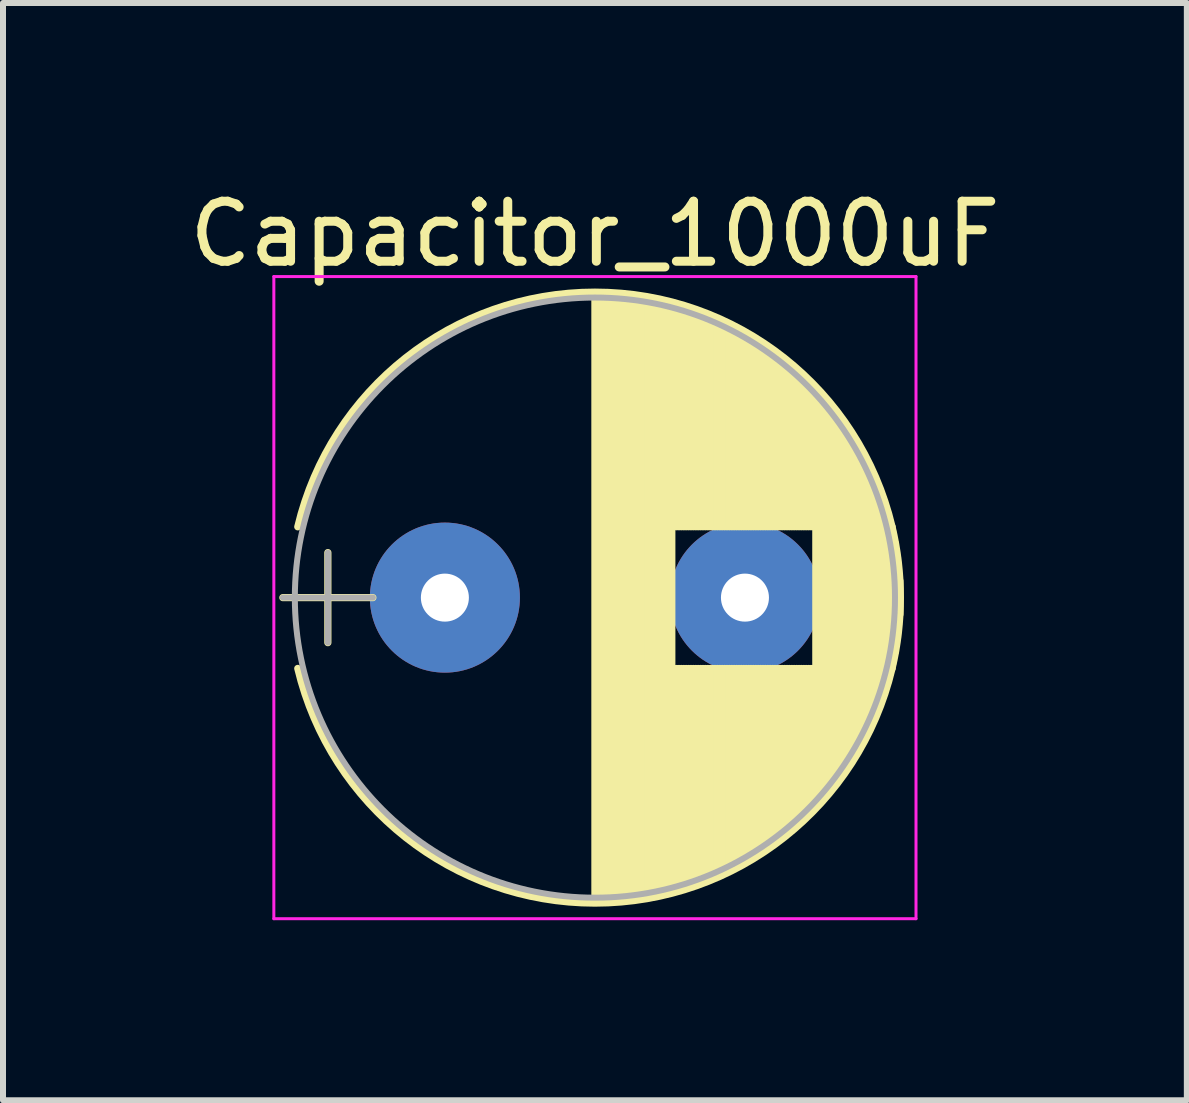
<source format=kicad_pcb>
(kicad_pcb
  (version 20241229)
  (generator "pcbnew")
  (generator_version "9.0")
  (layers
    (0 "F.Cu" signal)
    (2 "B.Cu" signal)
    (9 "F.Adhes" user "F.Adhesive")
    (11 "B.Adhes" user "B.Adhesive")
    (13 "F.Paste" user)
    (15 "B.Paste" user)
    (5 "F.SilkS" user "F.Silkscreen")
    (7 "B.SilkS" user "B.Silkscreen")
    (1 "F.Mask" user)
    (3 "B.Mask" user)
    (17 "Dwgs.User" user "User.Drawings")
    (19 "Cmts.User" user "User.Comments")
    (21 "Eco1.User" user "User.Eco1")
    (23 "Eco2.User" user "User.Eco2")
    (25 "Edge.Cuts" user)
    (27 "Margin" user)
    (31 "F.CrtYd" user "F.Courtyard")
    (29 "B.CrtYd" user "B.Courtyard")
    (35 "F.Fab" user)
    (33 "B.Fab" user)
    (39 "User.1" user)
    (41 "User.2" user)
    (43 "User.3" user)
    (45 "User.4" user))
  (footprint "Capacitor_1000uF"
    (layer "F.Cu")
    (at 4.363 6.908)
    (property "Reference" "Capacitor_1000uF" (at 2.5 -6.06 0) (layer "F.SilkS") (effects (font (size 1 1) (thickness 0.15))))
    (attr through_hole)
    (fp_line (start -2.7 0) (end -1.2 0) (stroke (width 0.12) (type solid)) (layer "F.SilkS"))
    (fp_line (start -1.95 -0.75) (end -1.95 0.75) (stroke (width 0.12) (type solid)) (layer "F.SilkS"))
    (fp_line (start 2.5 -5.05) (end 2.5 5.05) (stroke (width 0.12) (type solid)) (layer "F.SilkS"))
    (fp_line (start 2.54 -5.05) (end 2.54 5.05) (stroke (width 0.12) (type solid)) (layer "F.SilkS"))
    (fp_line (start 2.58 -5.05) (end 2.58 5.05) (stroke (width 0.12) (type solid)) (layer "F.SilkS"))
    (fp_line (start 2.62 -5.049) (end 2.62 5.049) (stroke (width 0.12) (type solid)) (layer "F.SilkS"))
    (fp_line (start 2.66 -5.048) (end 2.66 5.048) (stroke (width 0.12) (type solid)) (layer "F.SilkS"))
    (fp_line (start 2.7 -5.047) (end 2.7 5.047) (stroke (width 0.12) (type solid)) (layer "F.SilkS"))
    (fp_line (start 2.74 -5.045) (end 2.74 5.045) (stroke (width 0.12) (type solid)) (layer "F.SilkS"))
    (fp_line (start 2.78 -5.043) (end 2.78 5.043) (stroke (width 0.12) (type solid)) (layer "F.SilkS"))
    (fp_line (start 2.82 -5.04) (end 2.82 5.04) (stroke (width 0.12) (type solid)) (layer "F.SilkS"))
    (fp_line (start 2.86 -5.038) (end 2.86 5.038) (stroke (width 0.12) (type solid)) (layer "F.SilkS"))
    (fp_line (start 2.9 -5.035) (end 2.9 5.035) (stroke (width 0.12) (type solid)) (layer "F.SilkS"))
    (fp_line (start 2.94 -5.031) (end 2.94 5.031) (stroke (width 0.12) (type solid)) (layer "F.SilkS"))
    (fp_line (start 2.98 -5.028) (end 2.98 5.028) (stroke (width 0.12) (type solid)) (layer "F.SilkS"))
    (fp_line (start 3.02 -5.024) (end 3.02 5.024) (stroke (width 0.12) (type solid)) (layer "F.SilkS"))
    (fp_line (start 3.06 -5.02) (end 3.06 5.02) (stroke (width 0.12) (type solid)) (layer "F.SilkS"))
    (fp_line (start 3.1 -5.015) (end 3.1 5.015) (stroke (width 0.12) (type solid)) (layer "F.SilkS"))
    (fp_line (start 3.14 -5.01) (end 3.14 5.01) (stroke (width 0.12) (type solid)) (layer "F.SilkS"))
    (fp_line (start 3.18 -5.005) (end 3.18 5.005) (stroke (width 0.12) (type solid)) (layer "F.SilkS"))
    (fp_line (start 3.221 -4.999) (end 3.221 4.999) (stroke (width 0.12) (type solid)) (layer "F.SilkS"))
    (fp_line (start 3.261 -4.993) (end 3.261 4.993) (stroke (width 0.12) (type solid)) (layer "F.SilkS"))
    (fp_line (start 3.301 -4.987) (end 3.301 4.987) (stroke (width 0.12) (type solid)) (layer "F.SilkS"))
    (fp_line (start 3.341 -4.981) (end 3.341 4.981) (stroke (width 0.12) (type solid)) (layer "F.SilkS"))
    (fp_line (start 3.381 -4.974) (end 3.381 4.974) (stroke (width 0.12) (type solid)) (layer "F.SilkS"))
    (fp_line (start 3.421 -4.967) (end 3.421 4.967) (stroke (width 0.12) (type solid)) (layer "F.SilkS"))
    (fp_line (start 3.461 -4.959) (end 3.461 4.959) (stroke (width 0.12) (type solid)) (layer "F.SilkS"))
    (fp_line (start 3.501 -4.951) (end 3.501 4.951) (stroke (width 0.12) (type solid)) (layer "F.SilkS"))
    (fp_line (start 3.541 -4.943) (end 3.541 4.943) (stroke (width 0.12) (type solid)) (layer "F.SilkS"))
    (fp_line (start 3.581 -4.935) (end 3.581 4.935) (stroke (width 0.12) (type solid)) (layer "F.SilkS"))
    (fp_line (start 3.621 -4.926) (end 3.621 4.926) (stroke (width 0.12) (type solid)) (layer "F.SilkS"))
    (fp_line (start 3.661 -4.917) (end 3.661 4.917) (stroke (width 0.12) (type solid)) (layer "F.SilkS"))
    (fp_line (start 3.701 -4.907) (end 3.701 4.907) (stroke (width 0.12) (type solid)) (layer "F.SilkS"))
    (fp_line (start 3.741 -4.897) (end 3.741 4.897) (stroke (width 0.12) (type solid)) (layer "F.SilkS"))
    (fp_line (start 3.781 -4.887) (end 3.781 4.887) (stroke (width 0.12) (type solid)) (layer "F.SilkS"))
    (fp_line (start 3.821 -4.876) (end 3.821 -1.181) (stroke (width 0.12) (type solid)) (layer "F.SilkS"))
    (fp_line (start 3.821 1.181) (end 3.821 4.876) (stroke (width 0.12) (type solid)) (layer "F.SilkS"))
    (fp_line (start 3.861 -4.865) (end 3.861 -1.181) (stroke (width 0.12) (type solid)) (layer "F.SilkS"))
    (fp_line (start 3.861 1.181) (end 3.861 4.865) (stroke (width 0.12) (type solid)) (layer "F.SilkS"))
    (fp_line (start 3.901 -4.854) (end 3.901 -1.181) (stroke (width 0.12) (type solid)) (layer "F.SilkS"))
    (fp_line (start 3.901 1.181) (end 3.901 4.854) (stroke (width 0.12) (type solid)) (layer "F.SilkS"))
    (fp_line (start 3.941 -4.843) (end 3.941 -1.181) (stroke (width 0.12) (type solid)) (layer "F.SilkS"))
    (fp_line (start 3.941 1.181) (end 3.941 4.843) (stroke (width 0.12) (type solid)) (layer "F.SilkS"))
    (fp_line (start 3.981 -4.831) (end 3.981 -1.181) (stroke (width 0.12) (type solid)) (layer "F.SilkS"))
    (fp_line (start 3.981 1.181) (end 3.981 4.831) (stroke (width 0.12) (type solid)) (layer "F.SilkS"))
    (fp_line (start 4.021 -4.818) (end 4.021 -1.181) (stroke (width 0.12) (type solid)) (layer "F.SilkS"))
    (fp_line (start 4.021 1.181) (end 4.021 4.818) (stroke (width 0.12) (type solid)) (layer "F.SilkS"))
    (fp_line (start 4.061 -4.806) (end 4.061 -1.181) (stroke (width 0.12) (type solid)) (layer "F.SilkS"))
    (fp_line (start 4.061 1.181) (end 4.061 4.806) (stroke (width 0.12) (type solid)) (layer "F.SilkS"))
    (fp_line (start 4.101 -4.792) (end 4.101 -1.181) (stroke (width 0.12) (type solid)) (layer "F.SilkS"))
    (fp_line (start 4.101 1.181) (end 4.101 4.792) (stroke (width 0.12) (type solid)) (layer "F.SilkS"))
    (fp_line (start 4.141 -4.779) (end 4.141 -1.181) (stroke (width 0.12) (type solid)) (layer "F.SilkS"))
    (fp_line (start 4.141 1.181) (end 4.141 4.779) (stroke (width 0.12) (type solid)) (layer "F.SilkS"))
    (fp_line (start 4.181 -4.765) (end 4.181 -1.181) (stroke (width 0.12) (type solid)) (layer "F.SilkS"))
    (fp_line (start 4.181 1.181) (end 4.181 4.765) (stroke (width 0.12) (type solid)) (layer "F.SilkS"))
    (fp_line (start 4.221 -4.751) (end 4.221 -1.181) (stroke (width 0.12) (type solid)) (layer "F.SilkS"))
    (fp_line (start 4.221 1.181) (end 4.221 4.751) (stroke (width 0.12) (type solid)) (layer "F.SilkS"))
    (fp_line (start 4.261 -4.737) (end 4.261 -1.181) (stroke (width 0.12) (type solid)) (layer "F.SilkS"))
    (fp_line (start 4.261 1.181) (end 4.261 4.737) (stroke (width 0.12) (type solid)) (layer "F.SilkS"))
    (fp_line (start 4.301 -4.722) (end 4.301 -1.181) (stroke (width 0.12) (type solid)) (layer "F.SilkS"))
    (fp_line (start 4.301 1.181) (end 4.301 4.722) (stroke (width 0.12) (type solid)) (layer "F.SilkS"))
    (fp_line (start 4.341 -4.706) (end 4.341 -1.181) (stroke (width 0.12) (type solid)) (layer "F.SilkS"))
    (fp_line (start 4.341 1.181) (end 4.341 4.706) (stroke (width 0.12) (type solid)) (layer "F.SilkS"))
    (fp_line (start 4.381 -4.691) (end 4.381 -1.181) (stroke (width 0.12) (type solid)) (layer "F.SilkS"))
    (fp_line (start 4.381 1.181) (end 4.381 4.691) (stroke (width 0.12) (type solid)) (layer "F.SilkS"))
    (fp_line (start 4.421 -4.674) (end 4.421 -1.181) (stroke (width 0.12) (type solid)) (layer "F.SilkS"))
    (fp_line (start 4.421 1.181) (end 4.421 4.674) (stroke (width 0.12) (type solid)) (layer "F.SilkS"))
    (fp_line (start 4.461 -4.658) (end 4.461 -1.181) (stroke (width 0.12) (type solid)) (layer "F.SilkS"))
    (fp_line (start 4.461 1.181) (end 4.461 4.658) (stroke (width 0.12) (type solid)) (layer "F.SilkS"))
    (fp_line (start 4.501 -4.641) (end 4.501 -1.181) (stroke (width 0.12) (type solid)) (layer "F.SilkS"))
    (fp_line (start 4.501 1.181) (end 4.501 4.641) (stroke (width 0.12) (type solid)) (layer "F.SilkS"))
    (fp_line (start 4.541 -4.624) (end 4.541 -1.181) (stroke (width 0.12) (type solid)) (layer "F.SilkS"))
    (fp_line (start 4.541 1.181) (end 4.541 4.624) (stroke (width 0.12) (type solid)) (layer "F.SilkS"))
    (fp_line (start 4.581 -4.606) (end 4.581 -1.181) (stroke (width 0.12) (type solid)) (layer "F.SilkS"))
    (fp_line (start 4.581 1.181) (end 4.581 4.606) (stroke (width 0.12) (type solid)) (layer "F.SilkS"))
    (fp_line (start 4.621 -4.588) (end 4.621 -1.181) (stroke (width 0.12) (type solid)) (layer "F.SilkS"))
    (fp_line (start 4.621 1.181) (end 4.621 4.588) (stroke (width 0.12) (type solid)) (layer "F.SilkS"))
    (fp_line (start 4.661 -4.569) (end 4.661 -1.181) (stroke (width 0.12) (type solid)) (layer "F.SilkS"))
    (fp_line (start 4.661 1.181) (end 4.661 4.569) (stroke (width 0.12) (type solid)) (layer "F.SilkS"))
    (fp_line (start 4.701 -4.55) (end 4.701 -1.181) (stroke (width 0.12) (type solid)) (layer "F.SilkS"))
    (fp_line (start 4.701 1.181) (end 4.701 4.55) (stroke (width 0.12) (type solid)) (layer "F.SilkS"))
    (fp_line (start 4.741 -4.531) (end 4.741 -1.181) (stroke (width 0.12) (type solid)) (layer "F.SilkS"))
    (fp_line (start 4.741 1.181) (end 4.741 4.531) (stroke (width 0.12) (type solid)) (layer "F.SilkS"))
    (fp_line (start 4.781 -4.511) (end 4.781 -1.181) (stroke (width 0.12) (type solid)) (layer "F.SilkS"))
    (fp_line (start 4.781 1.181) (end 4.781 4.511) (stroke (width 0.12) (type solid)) (layer "F.SilkS"))
    (fp_line (start 4.821 -4.491) (end 4.821 -1.181) (stroke (width 0.12) (type solid)) (layer "F.SilkS"))
    (fp_line (start 4.821 1.181) (end 4.821 4.491) (stroke (width 0.12) (type solid)) (layer "F.SilkS"))
    (fp_line (start 4.861 -4.47) (end 4.861 -1.181) (stroke (width 0.12) (type solid)) (layer "F.SilkS"))
    (fp_line (start 4.861 1.181) (end 4.861 4.47) (stroke (width 0.12) (type solid)) (layer "F.SilkS"))
    (fp_line (start 4.901 -4.449) (end 4.901 -1.181) (stroke (width 0.12) (type solid)) (layer "F.SilkS"))
    (fp_line (start 4.901 1.181) (end 4.901 4.449) (stroke (width 0.12) (type solid)) (layer "F.SilkS"))
    (fp_line (start 4.941 -4.428) (end 4.941 -1.181) (stroke (width 0.12) (type solid)) (layer "F.SilkS"))
    (fp_line (start 4.941 1.181) (end 4.941 4.428) (stroke (width 0.12) (type solid)) (layer "F.SilkS"))
    (fp_line (start 4.981 -4.405) (end 4.981 -1.181) (stroke (width 0.12) (type solid)) (layer "F.SilkS"))
    (fp_line (start 4.981 1.181) (end 4.981 4.405) (stroke (width 0.12) (type solid)) (layer "F.SilkS"))
    (fp_line (start 5.021 -4.383) (end 5.021 -1.181) (stroke (width 0.12) (type solid)) (layer "F.SilkS"))
    (fp_line (start 5.021 1.181) (end 5.021 4.383) (stroke (width 0.12) (type solid)) (layer "F.SilkS"))
    (fp_line (start 5.061 -4.36) (end 5.061 -1.181) (stroke (width 0.12) (type solid)) (layer "F.SilkS"))
    (fp_line (start 5.061 1.181) (end 5.061 4.36) (stroke (width 0.12) (type solid)) (layer "F.SilkS"))
    (fp_line (start 5.101 -4.336) (end 5.101 -1.181) (stroke (width 0.12) (type solid)) (layer "F.SilkS"))
    (fp_line (start 5.101 1.181) (end 5.101 4.336) (stroke (width 0.12) (type solid)) (layer "F.SilkS"))
    (fp_line (start 5.141 -4.312) (end 5.141 -1.181) (stroke (width 0.12) (type solid)) (layer "F.SilkS"))
    (fp_line (start 5.141 1.181) (end 5.141 4.312) (stroke (width 0.12) (type solid)) (layer "F.SilkS"))
    (fp_line (start 5.181 -4.288) (end 5.181 -1.181) (stroke (width 0.12) (type solid)) (layer "F.SilkS"))
    (fp_line (start 5.181 1.181) (end 5.181 4.288) (stroke (width 0.12) (type solid)) (layer "F.SilkS"))
    (fp_line (start 5.221 -4.263) (end 5.221 -1.181) (stroke (width 0.12) (type solid)) (layer "F.SilkS"))
    (fp_line (start 5.221 1.181) (end 5.221 4.263) (stroke (width 0.12) (type solid)) (layer "F.SilkS"))
    (fp_line (start 5.261 -4.237) (end 5.261 -1.181) (stroke (width 0.12) (type solid)) (layer "F.SilkS"))
    (fp_line (start 5.261 1.181) (end 5.261 4.237) (stroke (width 0.12) (type solid)) (layer "F.SilkS"))
    (fp_line (start 5.301 -4.211) (end 5.301 -1.181) (stroke (width 0.12) (type solid)) (layer "F.SilkS"))
    (fp_line (start 5.301 1.181) (end 5.301 4.211) (stroke (width 0.12) (type solid)) (layer "F.SilkS"))
    (fp_line (start 5.341 -4.185) (end 5.341 -1.181) (stroke (width 0.12) (type solid)) (layer "F.SilkS"))
    (fp_line (start 5.341 1.181) (end 5.341 4.185) (stroke (width 0.12) (type solid)) (layer "F.SilkS"))
    (fp_line (start 5.381 -4.157) (end 5.381 -1.181) (stroke (width 0.12) (type solid)) (layer "F.SilkS"))
    (fp_line (start 5.381 1.181) (end 5.381 4.157) (stroke (width 0.12) (type solid)) (layer "F.SilkS"))
    (fp_line (start 5.421 -4.13) (end 5.421 -1.181) (stroke (width 0.12) (type solid)) (layer "F.SilkS"))
    (fp_line (start 5.421 1.181) (end 5.421 4.13) (stroke (width 0.12) (type solid)) (layer "F.SilkS"))
    (fp_line (start 5.461 -4.101) (end 5.461 -1.181) (stroke (width 0.12) (type solid)) (layer "F.SilkS"))
    (fp_line (start 5.461 1.181) (end 5.461 4.101) (stroke (width 0.12) (type solid)) (layer "F.SilkS"))
    (fp_line (start 5.501 -4.072) (end 5.501 -1.181) (stroke (width 0.12) (type solid)) (layer "F.SilkS"))
    (fp_line (start 5.501 1.181) (end 5.501 4.072) (stroke (width 0.12) (type solid)) (layer "F.SilkS"))
    (fp_line (start 5.541 -4.043) (end 5.541 -1.181) (stroke (width 0.12) (type solid)) (layer "F.SilkS"))
    (fp_line (start 5.541 1.181) (end 5.541 4.043) (stroke (width 0.12) (type solid)) (layer "F.SilkS"))
    (fp_line (start 5.581 -4.013) (end 5.581 -1.181) (stroke (width 0.12) (type solid)) (layer "F.SilkS"))
    (fp_line (start 5.581 1.181) (end 5.581 4.013) (stroke (width 0.12) (type solid)) (layer "F.SilkS"))
    (fp_line (start 5.621 -3.982) (end 5.621 -1.181) (stroke (width 0.12) (type solid)) (layer "F.SilkS"))
    (fp_line (start 5.621 1.181) (end 5.621 3.982) (stroke (width 0.12) (type solid)) (layer "F.SilkS"))
    (fp_line (start 5.661 -3.951) (end 5.661 -1.181) (stroke (width 0.12) (type solid)) (layer "F.SilkS"))
    (fp_line (start 5.661 1.181) (end 5.661 3.951) (stroke (width 0.12) (type solid)) (layer "F.SilkS"))
    (fp_line (start 5.701 -3.919) (end 5.701 -1.181) (stroke (width 0.12) (type solid)) (layer "F.SilkS"))
    (fp_line (start 5.701 1.181) (end 5.701 3.919) (stroke (width 0.12) (type solid)) (layer "F.SilkS"))
    (fp_line (start 5.741 -3.886) (end 5.741 -1.181) (stroke (width 0.12) (type solid)) (layer "F.SilkS"))
    (fp_line (start 5.741 1.181) (end 5.741 3.886) (stroke (width 0.12) (type solid)) (layer "F.SilkS"))
    (fp_line (start 5.781 -3.853) (end 5.781 -1.181) (stroke (width 0.12) (type solid)) (layer "F.SilkS"))
    (fp_line (start 5.781 1.181) (end 5.781 3.853) (stroke (width 0.12) (type solid)) (layer "F.SilkS"))
    (fp_line (start 5.821 -3.819) (end 5.821 -1.181) (stroke (width 0.12) (type solid)) (layer "F.SilkS"))
    (fp_line (start 5.821 1.181) (end 5.821 3.819) (stroke (width 0.12) (type solid)) (layer "F.SilkS"))
    (fp_line (start 5.861 -3.784) (end 5.861 -1.181) (stroke (width 0.12) (type solid)) (layer "F.SilkS"))
    (fp_line (start 5.861 1.181) (end 5.861 3.784) (stroke (width 0.12) (type solid)) (layer "F.SilkS"))
    (fp_line (start 5.901 -3.748) (end 5.901 -1.181) (stroke (width 0.12) (type solid)) (layer "F.SilkS"))
    (fp_line (start 5.901 1.181) (end 5.901 3.748) (stroke (width 0.12) (type solid)) (layer "F.SilkS"))
    (fp_line (start 5.941 -3.712) (end 5.941 -1.181) (stroke (width 0.12) (type solid)) (layer "F.SilkS"))
    (fp_line (start 5.941 1.181) (end 5.941 3.712) (stroke (width 0.12) (type solid)) (layer "F.SilkS"))
    (fp_line (start 5.981 -3.675) (end 5.981 -1.181) (stroke (width 0.12) (type solid)) (layer "F.SilkS"))
    (fp_line (start 5.981 1.181) (end 5.981 3.675) (stroke (width 0.12) (type solid)) (layer "F.SilkS"))
    (fp_line (start 6.021 -3.637) (end 6.021 -1.181) (stroke (width 0.12) (type solid)) (layer "F.SilkS"))
    (fp_line (start 6.021 1.181) (end 6.021 3.637) (stroke (width 0.12) (type solid)) (layer "F.SilkS"))
    (fp_line (start 6.061 -3.598) (end 6.061 -1.181) (stroke (width 0.12) (type solid)) (layer "F.SilkS"))
    (fp_line (start 6.061 1.181) (end 6.061 3.598) (stroke (width 0.12) (type solid)) (layer "F.SilkS"))
    (fp_line (start 6.101 -3.559) (end 6.101 -1.181) (stroke (width 0.12) (type solid)) (layer "F.SilkS"))
    (fp_line (start 6.101 1.181) (end 6.101 3.559) (stroke (width 0.12) (type solid)) (layer "F.SilkS"))
    (fp_line (start 6.141 -3.518) (end 6.141 -1.181) (stroke (width 0.12) (type solid)) (layer "F.SilkS"))
    (fp_line (start 6.141 1.181) (end 6.141 3.518) (stroke (width 0.12) (type solid)) (layer "F.SilkS"))
    (fp_line (start 6.181 -3.477) (end 6.181 3.477) (stroke (width 0.12) (type solid)) (layer "F.SilkS"))
    (fp_line (start 6.221 -3.435) (end 6.221 3.435) (stroke (width 0.12) (type solid)) (layer "F.SilkS"))
    (fp_line (start 6.261 -3.391) (end 6.261 3.391) (stroke (width 0.12) (type solid)) (layer "F.SilkS"))
    (fp_line (start 6.301 -3.347) (end 6.301 3.347) (stroke (width 0.12) (type solid)) (layer "F.SilkS"))
    (fp_line (start 6.341 -3.302) (end 6.341 3.302) (stroke (width 0.12) (type solid)) (layer "F.SilkS"))
    (fp_line (start 6.381 -3.255) (end 6.381 3.255) (stroke (width 0.12) (type solid)) (layer "F.SilkS"))
    (fp_line (start 6.421 -3.207) (end 6.421 3.207) (stroke (width 0.12) (type solid)) (layer "F.SilkS"))
    (fp_line (start 6.461 -3.158) (end 6.461 3.158) (stroke (width 0.12) (type solid)) (layer "F.SilkS"))
    (fp_line (start 6.501 -3.108) (end 6.501 3.108) (stroke (width 0.12) (type solid)) (layer "F.SilkS"))
    (fp_line (start 6.541 -3.057) (end 6.541 3.057) (stroke (width 0.12) (type solid)) (layer "F.SilkS"))
    (fp_line (start 6.581 -3.004) (end 6.581 3.004) (stroke (width 0.12) (type solid)) (layer "F.SilkS"))
    (fp_line (start 6.621 -2.949) (end 6.621 2.949) (stroke (width 0.12) (type solid)) (layer "F.SilkS"))
    (fp_line (start 6.661 -2.894) (end 6.661 2.894) (stroke (width 0.12) (type solid)) (layer "F.SilkS"))
    (fp_line (start 6.701 -2.836) (end 6.701 2.836) (stroke (width 0.12) (type solid)) (layer "F.SilkS"))
    (fp_line (start 6.741 -2.777) (end 6.741 2.777) (stroke (width 0.12) (type solid)) (layer "F.SilkS"))
    (fp_line (start 6.781 -2.715) (end 6.781 2.715) (stroke (width 0.12) (type solid)) (layer "F.SilkS"))
    (fp_line (start 6.821 -2.652) (end 6.821 2.652) (stroke (width 0.12) (type solid)) (layer "F.SilkS"))
    (fp_line (start 6.861 -2.587) (end 6.861 2.587) (stroke (width 0.12) (type solid)) (layer "F.SilkS"))
    (fp_line (start 6.901 -2.519) (end 6.901 2.519) (stroke (width 0.12) (type solid)) (layer "F.SilkS"))
    (fp_line (start 6.941 -2.449) (end 6.941 2.449) (stroke (width 0.12) (type solid)) (layer "F.SilkS"))
    (fp_line (start 6.981 -2.377) (end 6.981 2.377) (stroke (width 0.12) (type solid)) (layer "F.SilkS"))
    (fp_line (start 7.021 -2.301) (end 7.021 2.301) (stroke (width 0.12) (type solid)) (layer "F.SilkS"))
    (fp_line (start 7.061 -2.222) (end 7.061 2.222) (stroke (width 0.12) (type solid)) (layer "F.SilkS"))
    (fp_line (start 7.101 -2.14) (end 7.101 2.14) (stroke (width 0.12) (type solid)) (layer "F.SilkS"))
    (fp_line (start 7.141 -2.053) (end 7.141 2.053) (stroke (width 0.12) (type solid)) (layer "F.SilkS"))
    (fp_line (start 7.181 -1.962) (end 7.181 1.962) (stroke (width 0.12) (type solid)) (layer "F.SilkS"))
    (fp_line (start 7.221 -1.866) (end 7.221 1.866) (stroke (width 0.12) (type solid)) (layer "F.SilkS"))
    (fp_line (start 7.261 -1.763) (end 7.261 1.763) (stroke (width 0.12) (type solid)) (layer "F.SilkS"))
    (fp_line (start 7.301 -1.654) (end 7.301 1.654) (stroke (width 0.12) (type solid)) (layer "F.SilkS"))
    (fp_line (start 7.341 -1.536) (end 7.341 1.536) (stroke (width 0.12) (type solid)) (layer "F.SilkS"))
    (fp_line (start 7.381 -1.407) (end 7.381 1.407) (stroke (width 0.12) (type solid)) (layer "F.SilkS"))
    (fp_line (start 7.421 -1.265) (end 7.421 1.265) (stroke (width 0.12) (type solid)) (layer "F.SilkS"))
    (fp_line (start 7.461 -1.104) (end 7.461 1.104) (stroke (width 0.12) (type solid)) (layer "F.SilkS"))
    (fp_line (start 7.501 -0.913) (end 7.501 0.913) (stroke (width 0.12) (type solid)) (layer "F.SilkS"))
    (fp_line (start 7.541 -0.672) (end 7.541 0.672) (stroke (width 0.12) (type solid)) (layer "F.SilkS"))
    (fp_line (start 7.581 -0.279) (end 7.581 0.279) (stroke (width 0.12) (type solid)) (layer "F.SilkS"))
    (fp_arc (start -2.451333 -1.18) (mid 2.500414 -5.09) (end 7.451525 -1.179194) (stroke (width 0.12) (type solid)) (layer "F.SilkS"))
    (fp_arc (start 7.451333 -1.18) (mid 7.59 -0.000414) (end 7.451525 1.179194) (stroke (width 0.12) (type solid)) (layer "F.SilkS"))
    (fp_arc (start 7.451525 1.179194) (mid 2.500414 5.09) (end -2.451333 1.18) (stroke (width 0.12) (type solid)) (layer "F.SilkS"))
    (fp_line (start -2.85 -5.35) (end -2.85 5.35) (stroke (width 0.05) (type solid)) (layer "F.CrtYd"))
    (fp_line (start -2.85 5.35) (end 7.85 5.35) (stroke (width 0.05) (type solid)) (layer "F.CrtYd"))
    (fp_line (start 7.85 -5.35) (end -2.85 -5.35) (stroke (width 0.05) (type solid)) (layer "F.CrtYd"))
    (fp_line (start 7.85 5.35) (end 7.85 -5.35) (stroke (width 0.05) (type solid)) (layer "F.CrtYd"))
    (fp_line (start -2.7 0) (end -1.2 0) (stroke (width 0.1) (type solid)) (layer "F.Fab"))
    (fp_line (start -1.95 -0.75) (end -1.95 0.75) (stroke (width 0.1) (type solid)) (layer "F.Fab"))
    (fp_circle (center 2.5 0) (end 7.5 0) (stroke (width 0.1) (type solid)) (fill no) (layer "F.Fab"))
    (pad "1" thru_hole circle (at 0 0) (size 2.5 2.5) (drill 0.8) (layers "*.Cu" "*.Mask"))
    (pad "2" thru_hole circle (at 5 0) (size 2.5 2.5) (drill 0.8) (layers "*.Cu" "*.Mask")))
  (gr_rect
    (start -3 -3)
    (end 16.726 15.283)
    (stroke (width 0.1) (type default))
    (fill no)
    (layer "Edge.Cuts")))
</source>
